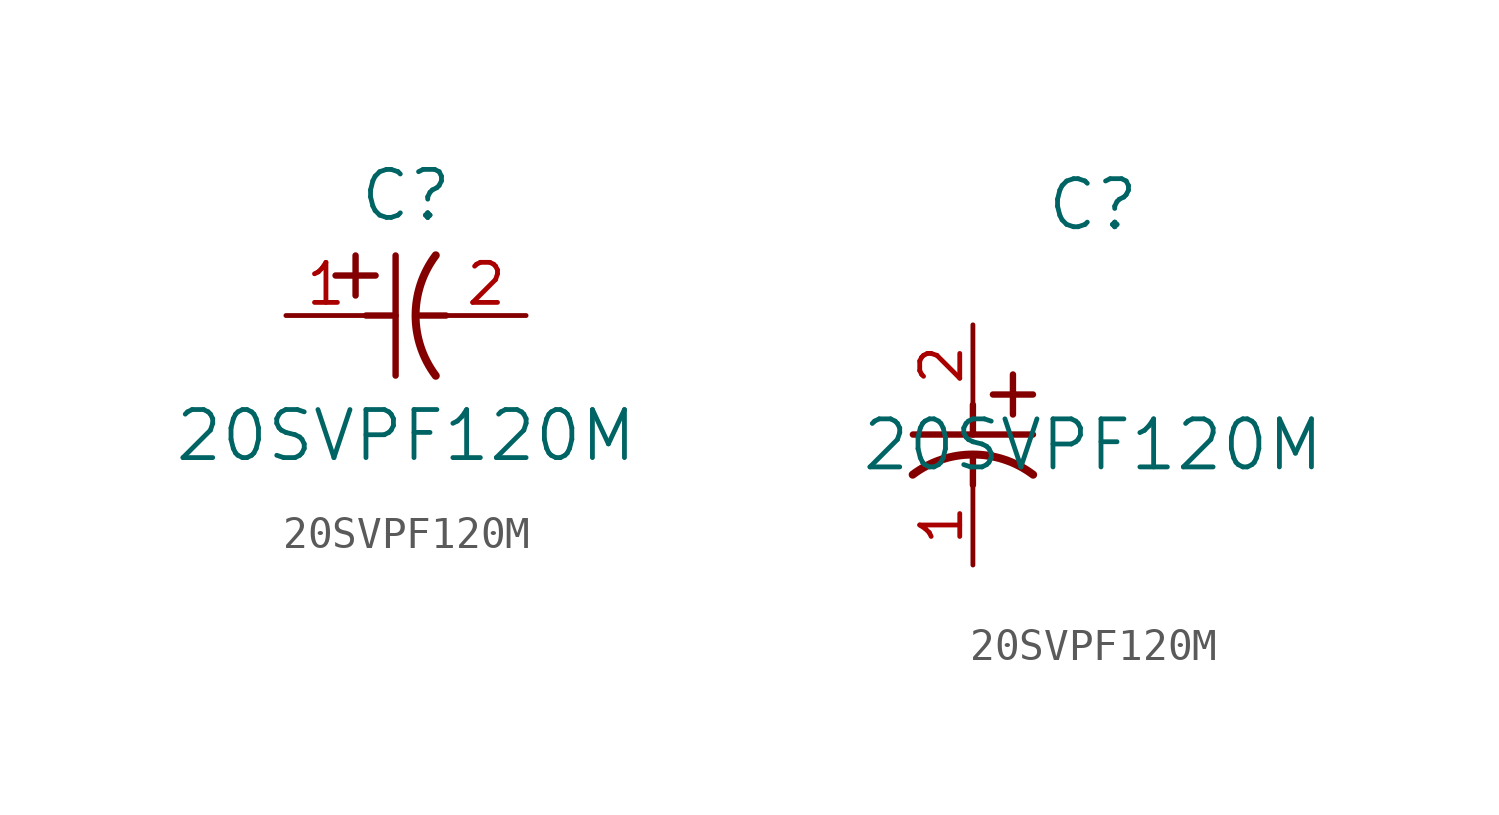
<source format=kicad_sym>
(kicad_symbol_lib
  (version 20211014)
  (generator kicad_symbol_editor)
  (symbol "20SVPF120M"
    (pin_names
      (offset 0.254))
    (property "Reference" "C"
      (at 3.81 3.81 0)
      (effects (font (size 1.524 1.524))))
    (property "Value" "20SVPF120M"
      (at 3.81 -3.81 0)
      (effects (font (size 1.524 1.524))))
    (symbol "20SVPF120M_1_1"
      (polyline (pts (xy 2.21 0.635) (xy 2.21 1.905)) (stroke (width 0.203) (type default) (color 0 0 0 0)) (fill (type none)))
      (arc (start 4.754132 1.910763) (mid 4.1148 0) (end 4.754132 -1.910763) (stroke (width 0.254) (type default) (color 0 0 0 0)) (fill (type none)))
      (polyline (pts (xy 4.115 0) (xy 5.08 0)) (stroke (width 0.203) (type default) (color 0 0 0 0)) (fill (type none)))
      (polyline (pts (xy 3.48 -1.905) (xy 3.48 1.905)) (stroke (width 0.203) (type default) (color 0 0 0 0)) (fill (type none)))
      (polyline (pts (xy 1.575 1.27) (xy 2.845 1.27)) (stroke (width 0.203) (type default) (color 0 0 0 0)) (fill (type none)))
      (polyline (pts (xy 2.54 0) (xy 3.48 0)) (stroke (width 0.203) (type default) (color 0 0 0 0)) (fill (type none)))
      (pin unspecified line (at 0 0 0) (length 2.54) (name "" (effects (font (size 1.27 1.27)))) (number "1" (effects (font (size 1.27 1.27)))))
      (pin unspecified line (at 7.62 0 180) (length 2.54) (name "" (effects (font (size 1.27 1.27)))) (number "2" (effects (font (size 1.27 1.27))))))
    (symbol "20SVPF120M_1_2"
      (polyline (pts (xy 0 -2.54) (xy 0 -3.48)) (stroke (width 0.203) (type default) (color 0 0 0 0)) (fill (type none)))
      (arc (start 1.910763 -4.754132) (mid 0 -4.1148) (end -1.910763 -4.754132) (stroke (width 0.254) (type default) (color 0 0 0 0)) (fill (type none)))
      (polyline (pts (xy -1.905 -3.48) (xy 1.905 -3.48)) (stroke (width 0.203) (type default) (color 0 0 0 0)) (fill (type none)))
      (polyline (pts (xy 0.635 -2.21) (xy 1.905 -2.21)) (stroke (width 0.203) (type default) (color 0 0 0 0)) (fill (type none)))
      (polyline (pts (xy 1.27 -1.575) (xy 1.27 -2.845)) (stroke (width 0.203) (type default) (color 0 0 0 0)) (fill (type none)))
      (polyline (pts (xy 0 -4.115) (xy 0 -5.08)) (stroke (width 0.203) (type default) (color 0 0 0 0)) (fill (type none)))
      (pin unspecified line (at 0 -7.62 90) (length 2.54) (name "" (effects (font (size 1.27 1.27)))) (number "1" (effects (font (size 1.27 1.27)))))
      (pin unspecified line (at 0 0 270) (length 2.54) (name "" (effects (font (size 1.27 1.27)))) (number "2" (effects (font (size 1.27 1.27))))))))
</source>
